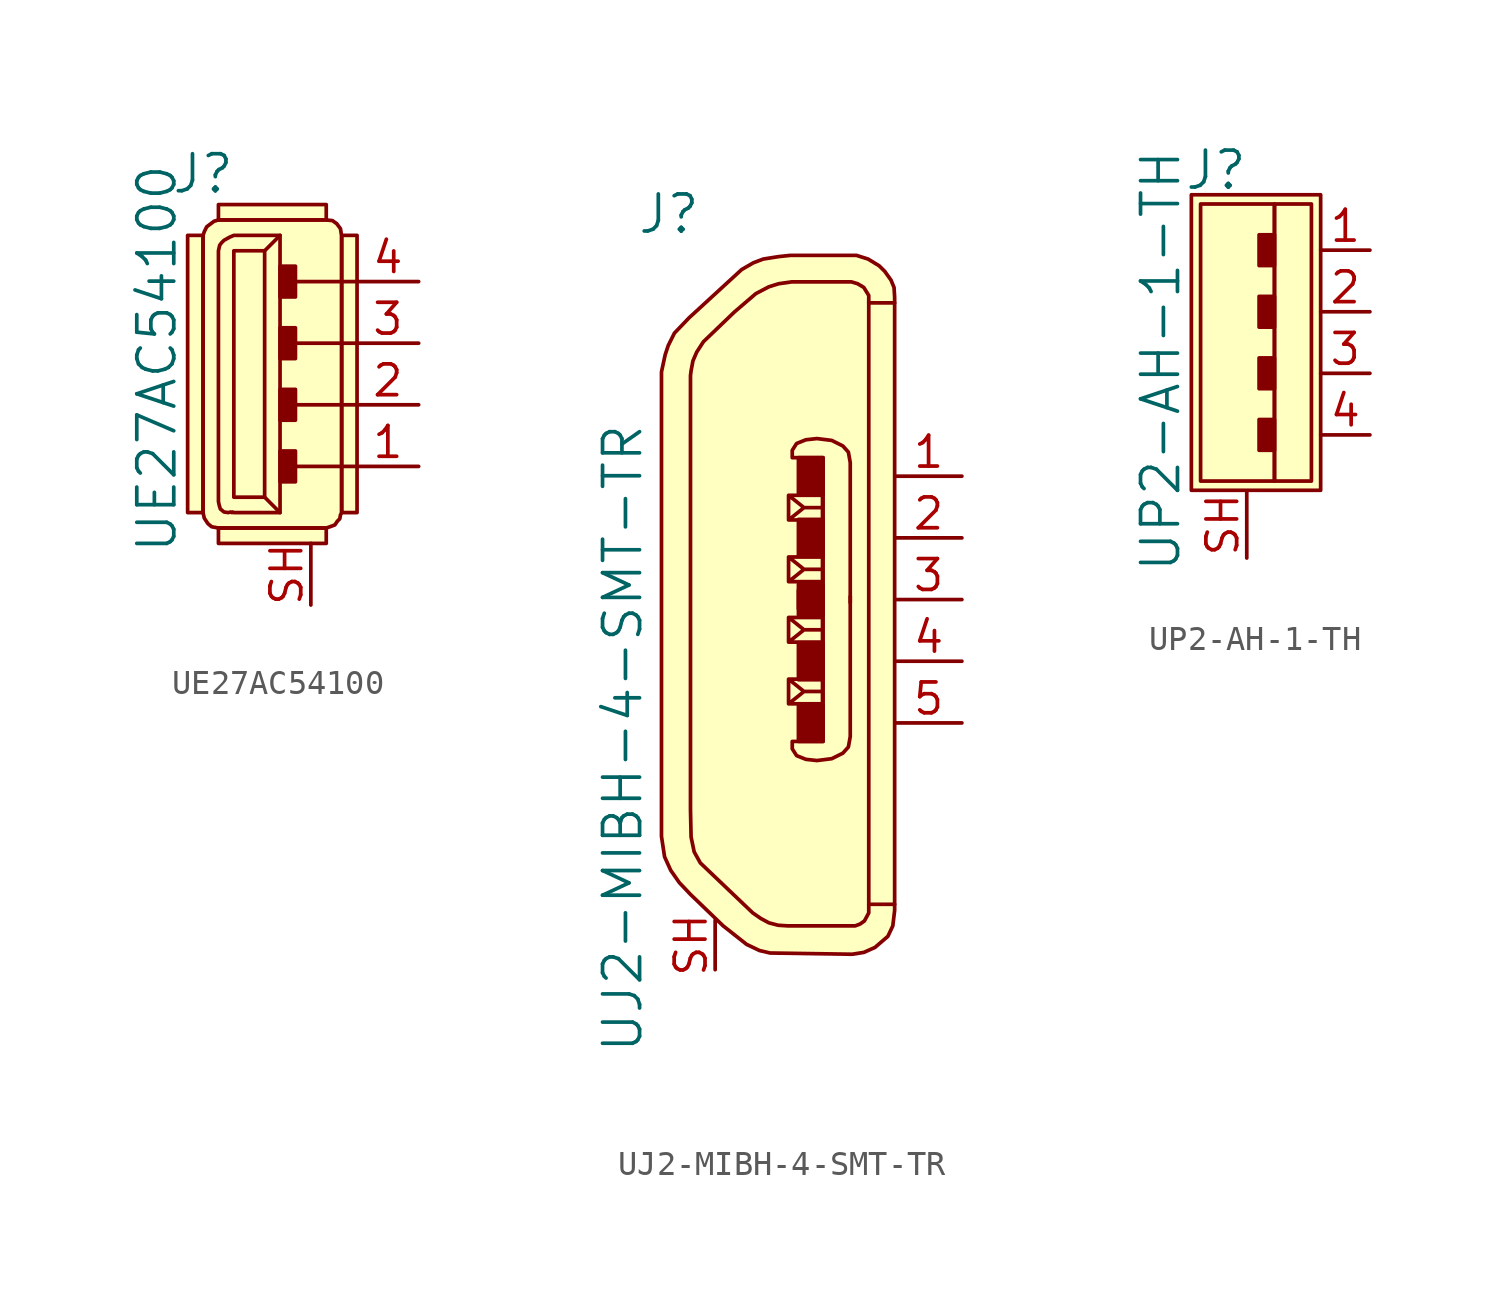
<source format=kicad_sym>
(kicad_symbol_lib
  (version 20220914)
  (generator kicad_symbol_editor)
  (symbol "UE27AC54100"
    (pin_names
      (offset 1.016))
    (property "Reference" "J"
      (at -1.27 9.525 0)
      (effects (font (size 1.524 1.524))))
    (property "Value" "UE27AC54100"
      (at -3.175 1.905 90)
      (effects (font (size 1.524 1.524))))
    (symbol "UE27AC54100_0_1"
      (rectangle (start -1.27 -4.445) (end -1.905 6.985) (stroke (width 0) (type solid)) (fill (type background)))
      (polyline (pts (xy 1.27 -3.81) (xy 1.905 -4.445)) (stroke (width 0) (type solid)) (fill (type none)))
      (polyline (pts (xy 1.27 6.35) (xy 1.905 6.985)) (stroke (width 0) (type solid)) (fill (type none)))
      (polyline (pts (xy 5.08 -2.54) (xy 2.54 -2.54)) (stroke (width 0) (type solid)) (fill (type none)))
      (polyline (pts (xy 5.08 0) (xy 2.54 0)) (stroke (width 0) (type solid)) (fill (type none)))
      (polyline (pts (xy 5.08 2.54) (xy 2.54 2.54)) (stroke (width 0) (type solid)) (fill (type none)))
      (polyline (pts (xy 5.08 5.08) (xy 2.54 5.08)) (stroke (width 0) (type solid)) (fill (type none)))
      (polyline (pts (xy -0.635 6.35) (xy -0.635 -3.81) (xy -0.635 -3.988) (xy -0.61 -4.115) (xy -0.559 -4.293) (xy -0.406 -4.42) (xy -0.229 -4.445) (xy -0.127 -4.42) (xy -0.076 -4.445) (xy -0.051 -4.42) (xy 0 -4.445) (xy 1.905 -4.445) (xy 1.905 6.985) (xy 0 6.985) (xy -0.178 6.909) (xy -0.406 6.782) (xy -0.508 6.68) (xy -0.584 6.579) (xy -0.635 6.35)) (stroke (width 0) (type solid)) (fill (type none)))
      (polyline (pts (xy -0.635 -5.08) (xy 3.81 -5.08) (xy 3.962 -5.029) (xy 4.166 -4.953) (xy 4.267 -4.801) (xy 4.369 -4.699) (xy 4.394 -4.547) (xy 4.445 -4.445) (xy 4.445 6.985) (xy 4.42 7.087) (xy 4.42 7.112) (xy 4.394 7.264) (xy 4.242 7.468) (xy 4.064 7.595) (xy 3.81 7.62) (xy -0.635 7.62) (xy -0.813 7.569) (xy -1.118 7.341) (xy -1.219 7.137) (xy -1.27 6.985) (xy -1.27 -4.445) (xy -1.219 -4.674) (xy -1.067 -4.902) (xy -0.914 -5.029) (xy -0.635 -5.08)) (stroke (width 0) (type solid)) (fill (type background)))
      (rectangle (start 1.27 6.35) (end 0 -3.81) (stroke (width 0) (type solid)) (fill (type none)))
      (rectangle (start 2.54 -1.905) (end 1.905 -3.175) (stroke (width 0) (type solid)) (fill (type outline)))
      (rectangle (start 2.54 0.635) (end 1.905 -0.635) (stroke (width 0) (type solid)) (fill (type outline)))
      (rectangle (start 2.54 3.175) (end 1.905 1.905) (stroke (width 0) (type solid)) (fill (type outline)))
      (rectangle (start 2.54 4.445) (end 1.905 5.715) (stroke (width 0) (type solid)) (fill (type outline)))
      (rectangle (start 3.81 -5.08) (end -0.635 -5.715) (stroke (width 0) (type solid)) (fill (type background)))
      (rectangle (start 3.81 7.62) (end -0.635 8.255) (stroke (width 0) (type solid)) (fill (type background)))
      (rectangle (start 4.445 6.985) (end 5.08 -4.445) (stroke (width 0) (type solid)) (fill (type background))))
    (symbol "UE27AC54100_1_1"
      (pin passive line (at 7.62 -2.54 180) (length 2.54) (name "~" (effects (font (size 1.27 1.27)))) (number "1" (effects (font (size 1.27 1.27)))))
      (pin passive line (at 7.62 0 180) (length 2.54) (name "~" (effects (font (size 1.27 1.27)))) (number "2" (effects (font (size 1.27 1.27)))))
      (pin passive line (at 7.62 2.54 180) (length 2.54) (name "~" (effects (font (size 1.27 1.27)))) (number "3" (effects (font (size 1.27 1.27)))))
      (pin passive line (at 7.62 5.08 180) (length 2.54) (name "~" (effects (font (size 1.27 1.27)))) (number "4" (effects (font (size 1.27 1.27)))))
      (pin passive line (at 3.175 -8.255 90) (length 2.54) (name "~" (effects (font (size 1.27 1.27)))) (number "SH" (effects (font (size 1.27 1.27)))))))
  (symbol "UJ2-MIBH-4-SMT-TR"
    (pin_names
      (offset 1.016))
    (property "Reference" "J"
      (at -4.445 15.875 0)
      (effects (font (size 1.524 1.524))))
    (property "Value" "UJ2-MIBH-4-SMT-TR"
      (at -6.35 -5.715 90)
      (effects (font (size 1.524 1.524))))
    (symbol "UJ2-MIBH-4-SMT-TR_0_1"
      (polyline (pts (xy 3.785 12.243) (xy 3.785 -12.548)) (stroke (width 0) (type solid)) (fill (type none)))
      (polyline (pts (xy 0.483 -4.293) (xy 0.483 -3.277) (xy 1.88 -3.277) (xy 1.88 -4.293) (xy 0.483 -4.293) (xy 1.118 -3.785) (xy 0.483 -3.277) (xy 1.88 -3.277) (xy 1.88 -3.785) (xy 1.118 -3.785)) (stroke (width 0) (type solid)) (fill (type none)))
      (polyline (pts (xy 0.483 -1.753) (xy 0.483 -0.737) (xy 1.88 -0.737) (xy 1.88 -1.753) (xy 0.483 -1.753) (xy 1.118 -1.245) (xy 0.483 -0.737) (xy 1.88 -0.737) (xy 1.88 -1.245) (xy 1.118 -1.245)) (stroke (width 0) (type solid)) (fill (type none)))
      (polyline (pts (xy 0.483 1.753) (xy 0.483 0.737) (xy 1.88 0.737) (xy 1.88 1.753) (xy 0.483 1.753) (xy 1.118 1.245) (xy 0.483 0.737) (xy 1.88 0.737) (xy 1.88 1.245) (xy 1.118 1.245)) (stroke (width 0) (type solid)) (fill (type none)))
      (polyline (pts (xy 0.483 4.293) (xy 0.483 3.277) (xy 1.88 3.277) (xy 1.88 4.293) (xy 0.483 4.293) (xy 1.118 3.785) (xy 0.483 3.277) (xy 1.88 3.277) (xy 1.88 3.785) (xy 1.118 3.785)) (stroke (width 0) (type solid)) (fill (type none)))
      (polyline (pts (xy 1.905 -0.025) (xy 1.905 5.842) (xy 0.635 5.842) (xy 0.635 6.147) (xy 0.813 6.426) (xy 1.194 6.579) (xy 1.651 6.629) (xy 2.261 6.553) (xy 2.718 6.325) (xy 2.946 6.071) (xy 3.023 5.639) (xy 3.023 4.801) (xy 3.023 -0.127)) (stroke (width 0) (type solid)) (fill (type none)))
      (polyline (pts (xy 1.905 0.025) (xy 1.905 -5.842) (xy 0.635 -5.842) (xy 0.635 -6.147) (xy 0.813 -6.426) (xy 1.194 -6.579) (xy 1.651 -6.629) (xy 2.261 -6.553) (xy 2.718 -6.325) (xy 2.946 -6.071) (xy 3.023 -5.639) (xy 3.023 -4.801) (xy 3.023 0.127)) (stroke (width 0) (type solid)) (fill (type none)))
      (polyline (pts (xy 4.851 -12.548) (xy 3.835 -12.548) (xy 3.785 -12.548) (xy 3.785 -12.903) (xy 3.607 -13.233) (xy 3.429 -13.36) (xy 3.226 -13.437) (xy 0.457 -13.437) (xy 0.051 -13.411) (xy -0.33 -13.31) (xy -0.66 -13.132) (xy -0.991 -12.903) (xy -3.15 -10.846) (xy -3.404 -10.389) (xy -3.531 -9.779) (xy -3.556 -8.636) (xy -3.556 9.22) (xy -3.531 9.423) (xy -3.454 9.83) (xy -3.302 10.185) (xy -3.023 10.617) (xy -1.753 11.836) (xy -0.864 12.598) (xy -0.33 12.878) (xy 0.076 13.005) (xy 0.61 13.081) (xy 3.073 13.081) (xy 3.327 13.005) (xy 3.581 12.852) (xy 3.785 12.522) (xy 3.785 12.217) (xy 4.851 12.217)) (stroke (width 0) (type solid)) (fill (type none)))
      (polyline (pts (xy 4.851 -11.481) (xy 4.851 -12.802) (xy 4.775 -13.437) (xy 4.572 -13.868) (xy 4.039 -14.326) (xy 3.581 -14.529) (xy 3.099 -14.605) (xy -0.279 -14.554) (xy -0.711 -14.453) (xy -1.245 -14.199) (xy -2.21 -13.437) (xy -3.556 -12.141) (xy -4.013 -11.659) (xy -4.369 -11.151) (xy -4.623 -10.592) (xy -4.75 -9.754) (xy -4.75 9.373) (xy -4.597 10.084) (xy -4.47 10.465) (xy -4.216 10.973) (xy -3.607 11.608) (xy -1.448 13.589) (xy -0.965 13.868) (xy -0.559 14.021) (xy 0.076 14.122) (xy 0.559 14.173) (xy 3.277 14.173) (xy 3.759 14.021) (xy 4.216 13.741) (xy 4.445 13.513) (xy 4.699 13.157) (xy 4.826 12.852) (xy 4.851 12.446) (xy 4.851 -11.506)) (stroke (width 0) (type solid)) (fill (type background)))
      (rectangle (start 0.889 -4.318) (end 1.905 -5.842) (stroke (width 0) (type solid)) (fill (type outline)))
      (rectangle (start 0.889 -3.302) (end 1.905 -1.778) (stroke (width 0) (type solid)) (fill (type outline)))
      (rectangle (start 0.889 -0.635) (end 1.905 0.381) (stroke (width 0) (type solid)) (fill (type outline)))
      (rectangle (start 0.889 0.635) (end 1.905 -0.381) (stroke (width 0) (type solid)) (fill (type outline)))
      (rectangle (start 0.889 3.302) (end 1.905 1.778) (stroke (width 0) (type solid)) (fill (type outline)))
      (rectangle (start 0.889 4.318) (end 1.905 5.842) (stroke (width 0) (type solid)) (fill (type outline))))
    (symbol "UJ2-MIBH-4-SMT-TR_1_1"
      (pin passive line (at 7.62 5.08 180) (length 2.743) (name "~" (effects (font (size 1.27 1.27)))) (number "1" (effects (font (size 1.27 1.27)))))
      (pin passive line (at 7.62 2.54 180) (length 2.743) (name "~" (effects (font (size 1.27 1.27)))) (number "2" (effects (font (size 1.27 1.27)))))
      (pin passive line (at 7.62 0 180) (length 2.743) (name "~" (effects (font (size 1.27 1.27)))) (number "3" (effects (font (size 1.27 1.27)))))
      (pin passive line (at 7.62 -2.54 180) (length 2.743) (name "~" (effects (font (size 1.27 1.27)))) (number "4" (effects (font (size 1.27 1.27)))))
      (pin passive line (at 7.62 -5.08 180) (length 2.743) (name "~" (effects (font (size 1.27 1.27)))) (number "5" (effects (font (size 1.27 1.27)))))
      (pin passive line (at -2.54 -15.24 90) (length 2.032) (name "~" (effects (font (size 1.27 1.27)))) (number "SH" (effects (font (size 1.27 1.27)))))))
  (symbol "UP2-AH-1-TH"
    (pin_names
      (offset 1.016))
    (property "Reference" "J"
      (at -1.27 8.382 0)
      (effects (font (size 1.524 1.524))))
    (property "Value" "UP2-AH-1-TH"
      (at -3.556 0.508 90)
      (effects (font (size 1.524 1.524))))
    (symbol "UP2-AH-1-TH_0_1"
      (rectangle (start -1.905 6.985) (end 1.143 -4.445) (stroke (width 0) (type solid)) (fill (type none)))
      (polyline (pts (xy -2.286 7.366) (xy 3.048 7.366) (xy 3.048 -4.826) (xy -2.286 -4.826) (xy -2.286 7.366)) (stroke (width 0) (type solid)) (fill (type background)))
      (rectangle (start 1.143 -1.905) (end 0.508 -3.175) (stroke (width 0) (type solid)) (fill (type outline)))
      (rectangle (start 1.143 0.635) (end 0.508 -0.635) (stroke (width 0) (type solid)) (fill (type outline)))
      (rectangle (start 1.143 3.175) (end 0.508 1.905) (stroke (width 0) (type solid)) (fill (type outline)))
      (rectangle (start 1.143 4.445) (end 0.508 5.715) (stroke (width 0) (type solid)) (fill (type outline)))
      (rectangle (start 1.143 6.985) (end 2.667 -4.445) (stroke (width 0) (type solid)) (fill (type none))))
    (symbol "UP2-AH-1-TH_1_1"
      (pin passive line (at 5.08 5.08 180) (length 2.032) (name "~" (effects (font (size 1.27 1.27)))) (number "1" (effects (font (size 1.27 1.27)))))
      (pin passive line (at 5.08 2.54 180) (length 2.032) (name "~" (effects (font (size 1.27 1.27)))) (number "2" (effects (font (size 1.27 1.27)))))
      (pin passive line (at 5.08 0 180) (length 2.032) (name "~" (effects (font (size 1.27 1.27)))) (number "3" (effects (font (size 1.27 1.27)))))
      (pin passive line (at 5.08 -2.54 180) (length 2.032) (name "~" (effects (font (size 1.27 1.27)))) (number "4" (effects (font (size 1.27 1.27)))))
      (pin passive line (at 0 -7.62 90) (length 2.743) (name "~" (effects (font (size 1.27 1.27)))) (number "SH" (effects (font (size 1.27 1.27))))))))
</source>
